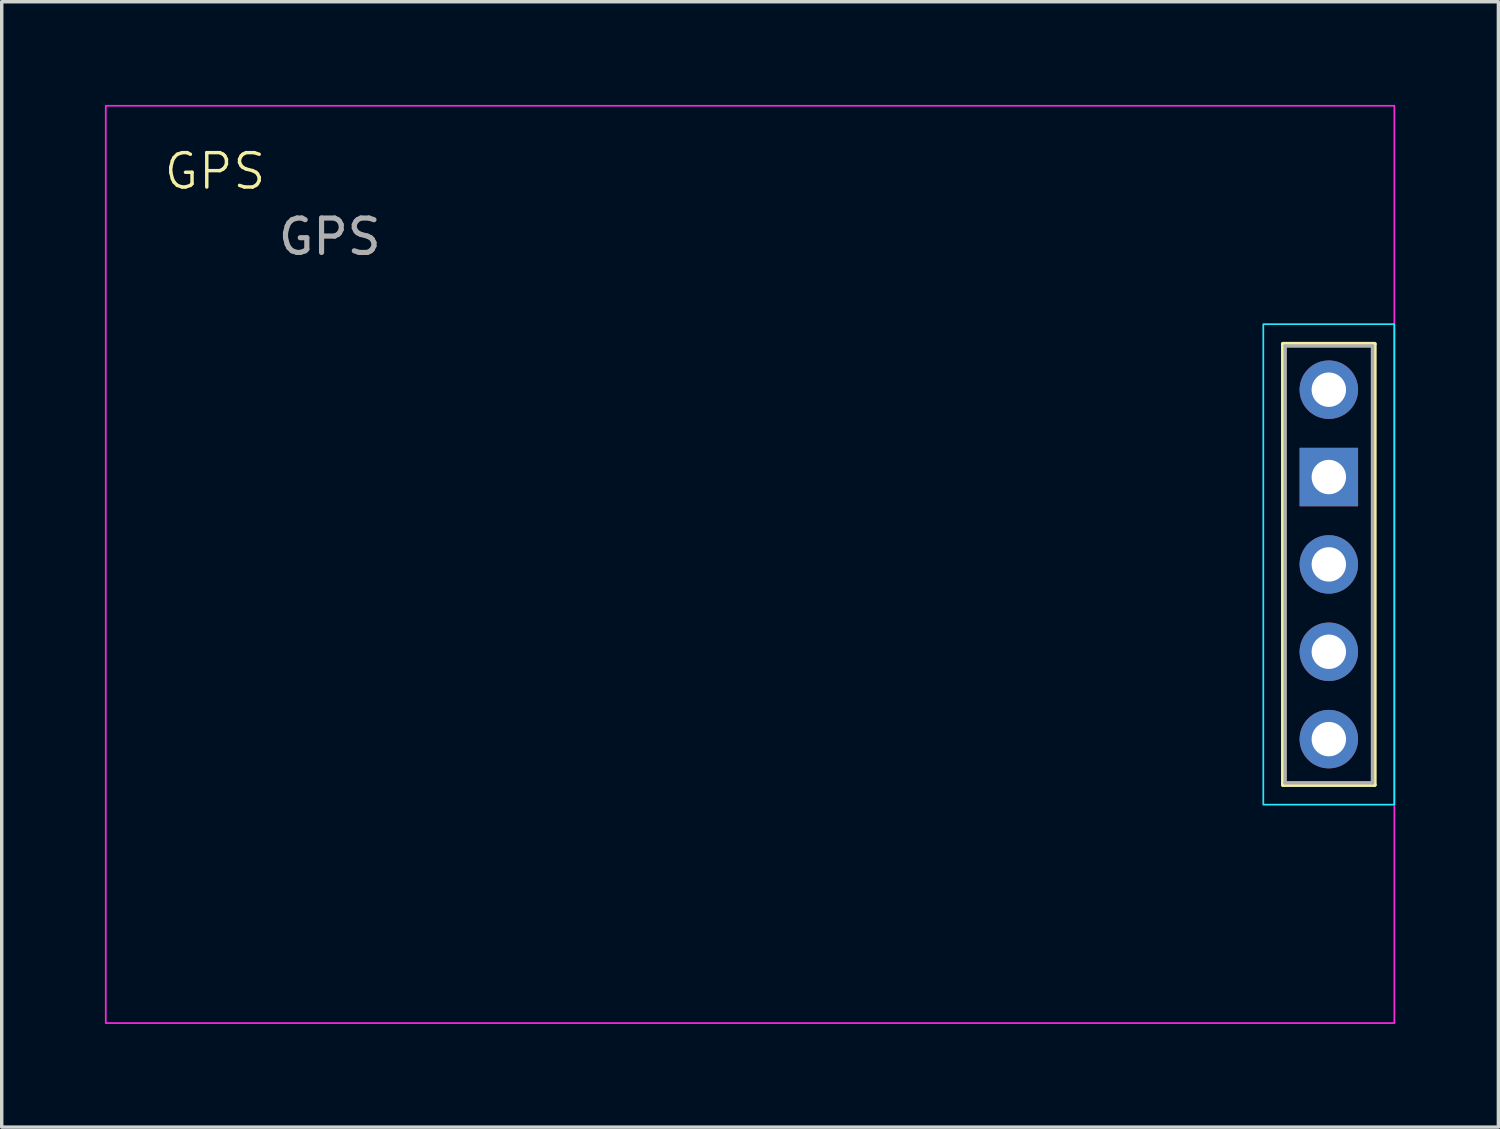
<source format=kicad_pcb>
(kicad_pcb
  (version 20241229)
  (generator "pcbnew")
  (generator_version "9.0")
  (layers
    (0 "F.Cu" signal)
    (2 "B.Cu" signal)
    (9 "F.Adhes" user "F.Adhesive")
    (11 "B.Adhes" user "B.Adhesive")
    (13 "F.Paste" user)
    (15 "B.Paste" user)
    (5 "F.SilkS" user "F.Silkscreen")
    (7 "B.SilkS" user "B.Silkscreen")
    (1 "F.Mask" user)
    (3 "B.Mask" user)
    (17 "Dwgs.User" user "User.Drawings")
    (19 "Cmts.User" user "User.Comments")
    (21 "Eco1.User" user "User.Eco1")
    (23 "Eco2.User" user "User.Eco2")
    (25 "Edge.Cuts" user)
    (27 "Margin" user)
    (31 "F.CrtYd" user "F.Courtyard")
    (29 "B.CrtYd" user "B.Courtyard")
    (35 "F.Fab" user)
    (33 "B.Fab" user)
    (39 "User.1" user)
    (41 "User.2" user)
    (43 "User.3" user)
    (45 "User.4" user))
  (footprint "GPS"
    (layer "F.Cu")
    (at 35.585 13.36)
    (property "Reference" "GPS" (at -32.385 -11.43 0) (unlocked yes) (layer "F.SilkS") (effects (font (size 1 1) (thickness 0.1))))
    (attr through_hole)
    (fp_line (start -1.33 -6.41) (end -1.33 6.41) (stroke (width 0.12) (type solid)) (layer "F.SilkS"))
    (fp_line (start -1.33 -6.41) (end 1.33 -6.41) (stroke (width 0.12) (type solid)) (layer "F.SilkS"))
    (fp_line (start -1.33 6.41) (end 1.33 6.41) (stroke (width 0.12) (type solid)) (layer "F.SilkS"))
    (fp_line (start 1.33 -6.41) (end 1.33 6.41) (stroke (width 0.12) (type solid)) (layer "F.SilkS"))
    (fp_rect (start -1.905 -6.985) (end 1.905 6.985) (stroke (width 0.05) (type default)) (fill no) (layer "B.CrtYd"))
    (fp_rect (start -35.56 -13.335) (end 1.905 13.335) (stroke (width 0.05) (type default)) (fill no) (layer "F.CrtYd"))
    (fp_line (start -1.27 -6.35) (end 1.27 -6.35) (stroke (width 0.1) (type solid)) (layer "F.Fab"))
    (fp_line (start -1.27 6.35) (end -1.27 -6.35) (stroke (width 0.1) (type solid)) (layer "F.Fab"))
    (fp_line (start 1.27 -6.35) (end 1.27 6.35) (stroke (width 0.1) (type solid)) (layer "F.Fab"))
    (fp_line (start 1.27 6.35) (end -1.27 6.35) (stroke (width 0.1) (type solid)) (layer "F.Fab"))
    (fp_text user "${REFERENCE}" (at -29.048 -9.525 0) (unlocked yes) (layer "F.Fab") (effects (font (size 1 1) (thickness 0.15))))
    (pad "1" thru_hole oval (at 0 -5.08) (size 1.7 1.7) (drill 1) (layers "*.Cu" "*.Mask"))
    (pad "2" thru_hole rect (at 0 -2.54) (size 1.7 1.7) (drill 1) (layers "*.Cu" "*.Mask"))
    (pad "3" thru_hole oval (at 0 0) (size 1.7 1.7) (drill 1) (layers "*.Cu" "*.Mask"))
    (pad "4" thru_hole oval (at 0 2.54) (size 1.7 1.7) (drill 1) (layers "*.Cu" "*.Mask"))
    (pad "5" thru_hole oval (at 0 5.08) (size 1.7 1.7) (drill 1) (layers "*.Cu" "*.Mask")))
  (gr_rect
    (start -3 -3)
    (end 40.515 29.72)
    (stroke (width 0.1) (type default))
    (fill no)
    (layer "Edge.Cuts")))
</source>
